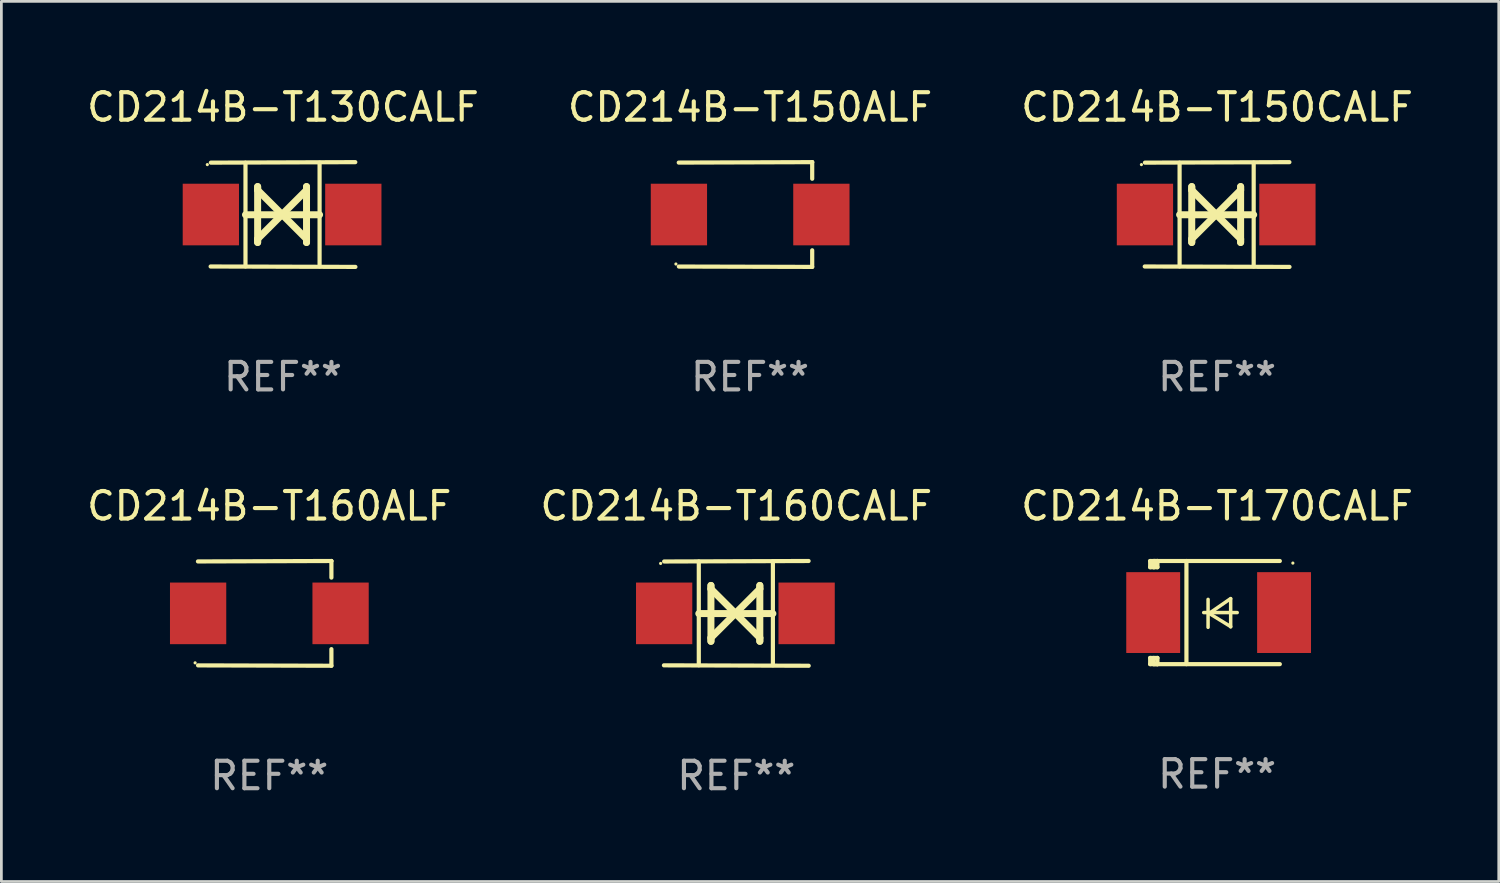
<source format=kicad_pcb>
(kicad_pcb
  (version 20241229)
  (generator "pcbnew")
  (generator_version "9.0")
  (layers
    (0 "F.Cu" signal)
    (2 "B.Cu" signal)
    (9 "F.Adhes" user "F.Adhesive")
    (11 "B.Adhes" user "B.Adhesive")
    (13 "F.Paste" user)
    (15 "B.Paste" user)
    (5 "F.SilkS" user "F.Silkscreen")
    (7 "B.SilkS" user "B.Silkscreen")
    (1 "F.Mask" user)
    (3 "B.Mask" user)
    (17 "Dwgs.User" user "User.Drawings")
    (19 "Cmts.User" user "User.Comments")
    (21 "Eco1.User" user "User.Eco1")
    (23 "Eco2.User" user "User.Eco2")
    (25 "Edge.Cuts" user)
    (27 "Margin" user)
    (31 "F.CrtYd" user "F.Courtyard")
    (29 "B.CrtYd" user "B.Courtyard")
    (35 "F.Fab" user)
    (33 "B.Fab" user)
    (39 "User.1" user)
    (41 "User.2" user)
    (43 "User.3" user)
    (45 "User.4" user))
  (footprint "CD214B-T170CALF"
    (layer "F.Cu")
    (at 41.22 19.231)
    (property "Reference" "CD214B-T170CALF" (at 0 -3.876 0) (layer "F.SilkS") (effects (font (size 1 1) (thickness 0.15))))
    (attr through_hole)
    (fp_line (start -2.435 1.65) (end -2.171 1.65) (stroke (width 0.152) (type solid)) (layer "F.SilkS"))
    (fp_line (start -2.435 1.876) (end -2.435 1.65) (stroke (width 0.152) (type solid)) (layer "F.SilkS"))
    (fp_line (start -2.435 -1.876) (end -2.171 -1.876) (stroke (width 0.152) (type solid)) (layer "F.SilkS"))
    (fp_line (start -2.435 -1.65) (end -2.435 -1.876) (stroke (width 0.152) (type solid)) (layer "F.SilkS"))
    (fp_line (start -2.305 -1.866) (end -2.295 -1.876) (stroke (width 0.152) (type solid)) (layer "F.SilkS"))
    (fp_line (start -2.305 -1.65) (end -2.305 -1.866) (stroke (width 0.152) (type solid)) (layer "F.SilkS"))
    (fp_line (start -2.305 1.876) (end -2.305 1.65) (stroke (width 0.152) (type solid)) (layer "F.SilkS"))
    (fp_line (start -2.295 -1.876) (end -2.295 -1.65) (stroke (width 0.152) (type solid)) (layer "F.SilkS"))
    (fp_line (start -2.171 1.876) (end -2.435 1.876) (stroke (width 0.152) (type solid)) (layer "F.SilkS"))
    (fp_line (start -2.171 -1.65) (end -2.435 -1.65) (stroke (width 0.152) (type solid)) (layer "F.SilkS"))
    (fp_line (start -2.171 -1.876) (end -2.295 -1.876) (stroke (width 0.152) (type solid)) (layer "F.SilkS"))
    (fp_line (start -2.171 -1.65) (end -2.171 -1.876) (stroke (width 0.152) (type solid)) (layer "F.SilkS"))
    (fp_line (start -2.171 1.876) (end -2.305 1.876) (stroke (width 0.152) (type solid)) (layer "F.SilkS"))
    (fp_line (start -2.171 1.876) (end -2.171 1.65) (stroke (width 0.152) (type solid)) (layer "F.SilkS"))
    (fp_line (start -1.116 1.876) (end -1.116 -1.876) (stroke (width 0.152) (type solid)) (layer "F.SilkS"))
    (fp_line (start -0.488 0.000102) (end 0.731 0.000102) (stroke (width 0.127) (type solid)) (layer "F.SilkS"))
    (fp_line (start -0.329 -0.48) (end -0.329 0.536) (stroke (width 0.127) (type solid)) (layer "F.SilkS"))
    (fp_line (start -0.29 0.03) (end 0.493 0.51) (stroke (width 0.127) (type solid)) (layer "F.SilkS"))
    (fp_line (start 0.493 -0.51) (end -0.29 0.03) (stroke (width 0.127) (type solid)) (layer "F.SilkS"))
    (fp_line (start 0.493 0.52) (end 0.493 -0.496) (stroke (width 0.127) (type solid)) (layer "F.SilkS"))
    (fp_line (start 2.281 -1.876) (end -2.171 -1.876) (stroke (width 0.152) (type solid)) (layer "F.SilkS"))
    (fp_line (start 2.281 1.876) (end -2.171 1.876) (stroke (width 0.152) (type solid)) (layer "F.SilkS"))
    (fp_circle (center 2.755 -1.8) (end 2.785 -1.8) (stroke (width 0.06) (type solid)) (fill no) (layer "F.SilkS"))
    (fp_text user "REF**" (at 0 5.876 0) (layer "F.Fab") (effects (font (size 1 1) (thickness 0.15))))
    (pad "1" smd rect (at 2.435 -0.000025 180) (size 1.96 2.94) (layers "F.Cu" "F.Mask" "F.Paste"))
    (pad "2" smd rect (at -2.325 -0.000025 180) (size 1.96 2.94) (layers "F.Cu" "F.Mask" "F.Paste")))
  (footprint "CD214B-T160CALF"
    (layer "F.Cu")
    (at 23.732 19.26)
    (property "Reference" "CD214B-T160CALF" (at 0 -3.905 0) (layer "F.SilkS") (effects (font (size 1 1) (thickness 0.15))))
    (attr through_hole)
    (fp_line (start -1.365 1.886) (end -1.365 -1.886) (stroke (width 0.152) (type solid)) (layer "F.SilkS"))
    (fp_line (start -1.365 0.008) (end 1.33 0.008) (stroke (width 0.254) (type solid)) (layer "F.SilkS"))
    (fp_line (start -0.923 -1.016) (end -0.923 1.016) (stroke (width 0.254) (type solid)) (layer "F.SilkS"))
    (fp_line (start -0.923 -0.889) (end -0.923 -1.016) (stroke (width 0.254) (type solid)) (layer "F.SilkS"))
    (fp_line (start -0.923 0.889) (end -0.034 0) (stroke (width 0.254) (type solid)) (layer "F.SilkS"))
    (fp_line (start -0.923 1.016) (end -0.923 0.889) (stroke (width 0.254) (type solid)) (layer "F.SilkS"))
    (fp_line (start -0.034 0) (end -0.923 -0.889) (stroke (width 0.254) (type solid)) (layer "F.SilkS"))
    (fp_line (start -0.034 0) (end 0.855 0.889) (stroke (width 0.254) (type solid)) (layer "F.SilkS"))
    (fp_line (start 0.855 -1.016) (end 0.855 -0.889) (stroke (width 0.254) (type solid)) (layer "F.SilkS"))
    (fp_line (start 0.855 -0.889) (end -0.034 0) (stroke (width 0.254) (type solid)) (layer "F.SilkS"))
    (fp_line (start 0.855 0.889) (end 0.855 1.016) (stroke (width 0.254) (type solid)) (layer "F.SilkS"))
    (fp_line (start 0.855 1.016) (end 0.855 -1.016) (stroke (width 0.254) (type solid)) (layer "F.SilkS"))
    (fp_line (start 1.33 1.886) (end 1.33 -1.886) (stroke (width 0.152) (type solid)) (layer "F.SilkS"))
    (fp_line (start 2.629 -1.905) (end -2.625 -1.887) (stroke (width 0.152) (type solid)) (layer "F.SilkS"))
    (fp_line (start 2.633 1.905) (end -2.633 1.89) (stroke (width 0.152) (type solid)) (layer "F.SilkS"))
    (fp_circle (center -2.753 -1.816) (end -2.723 -1.816) (stroke (width 0.06) (type solid)) (fill no) (layer "F.SilkS"))
    (fp_text user "REF**" (at 0 5.905 0) (layer "F.Fab") (effects (font (size 1 1) (thickness 0.15))))
    (pad "1" smd rect (at -2.625 0) (size 2.047 2.241) (layers "F.Cu" "F.Mask" "F.Paste"))
    (pad "2" smd rect (at 2.557 0) (size 2.047 2.241) (layers "F.Cu" "F.Mask" "F.Paste")))
  (footprint "CD214B-T130CALF"
    (layer "F.Cu")
    (at 7.244 4.753)
    (property "Reference" "CD214B-T130CALF" (at 0 -3.905 0) (layer "F.SilkS") (effects (font (size 1 1) (thickness 0.15))))
    (attr through_hole)
    (fp_line (start -1.365 1.886) (end -1.365 -1.886) (stroke (width 0.152) (type solid)) (layer "F.SilkS"))
    (fp_line (start -1.365 0.008) (end 1.33 0.008) (stroke (width 0.254) (type solid)) (layer "F.SilkS"))
    (fp_line (start -0.923 -1.016) (end -0.923 1.016) (stroke (width 0.254) (type solid)) (layer "F.SilkS"))
    (fp_line (start -0.923 -0.889) (end -0.923 -1.016) (stroke (width 0.254) (type solid)) (layer "F.SilkS"))
    (fp_line (start -0.923 0.889) (end -0.034 0) (stroke (width 0.254) (type solid)) (layer "F.SilkS"))
    (fp_line (start -0.923 1.016) (end -0.923 0.889) (stroke (width 0.254) (type solid)) (layer "F.SilkS"))
    (fp_line (start -0.034 0) (end -0.923 -0.889) (stroke (width 0.254) (type solid)) (layer "F.SilkS"))
    (fp_line (start -0.034 0) (end 0.855 0.889) (stroke (width 0.254) (type solid)) (layer "F.SilkS"))
    (fp_line (start 0.855 -1.016) (end 0.855 -0.889) (stroke (width 0.254) (type solid)) (layer "F.SilkS"))
    (fp_line (start 0.855 -0.889) (end -0.034 0) (stroke (width 0.254) (type solid)) (layer "F.SilkS"))
    (fp_line (start 0.855 0.889) (end 0.855 1.016) (stroke (width 0.254) (type solid)) (layer "F.SilkS"))
    (fp_line (start 0.855 1.016) (end 0.855 -1.016) (stroke (width 0.254) (type solid)) (layer "F.SilkS"))
    (fp_line (start 1.33 1.886) (end 1.33 -1.886) (stroke (width 0.152) (type solid)) (layer "F.SilkS"))
    (fp_line (start 2.629 -1.905) (end -2.625 -1.887) (stroke (width 0.152) (type solid)) (layer "F.SilkS"))
    (fp_line (start 2.633 1.905) (end -2.633 1.89) (stroke (width 0.152) (type solid)) (layer "F.SilkS"))
    (fp_circle (center -2.753 -1.816) (end -2.723 -1.816) (stroke (width 0.06) (type solid)) (fill no) (layer "F.SilkS"))
    (fp_text user "REF**" (at 0 5.905 0) (layer "F.Fab") (effects (font (size 1 1) (thickness 0.15))))
    (pad "1" smd rect (at -2.625 0) (size 2.047 2.241) (layers "F.Cu" "F.Mask" "F.Paste"))
    (pad "2" smd rect (at 2.557 0) (size 2.047 2.241) (layers "F.Cu" "F.Mask" "F.Paste")))
  (footprint "CD214B-T150CALF"
    (layer "F.Cu")
    (at 41.22 4.753)
    (property "Reference" "CD214B-T150CALF" (at 0 -3.905 0) (layer "F.SilkS") (effects (font (size 1 1) (thickness 0.15))))
    (attr through_hole)
    (fp_line (start -1.365 1.886) (end -1.365 -1.886) (stroke (width 0.152) (type solid)) (layer "F.SilkS"))
    (fp_line (start -1.365 0.008) (end 1.33 0.008) (stroke (width 0.254) (type solid)) (layer "F.SilkS"))
    (fp_line (start -0.923 -1.016) (end -0.923 1.016) (stroke (width 0.254) (type solid)) (layer "F.SilkS"))
    (fp_line (start -0.923 -0.889) (end -0.923 -1.016) (stroke (width 0.254) (type solid)) (layer "F.SilkS"))
    (fp_line (start -0.923 0.889) (end -0.034 0) (stroke (width 0.254) (type solid)) (layer "F.SilkS"))
    (fp_line (start -0.923 1.016) (end -0.923 0.889) (stroke (width 0.254) (type solid)) (layer "F.SilkS"))
    (fp_line (start -0.034 0) (end -0.923 -0.889) (stroke (width 0.254) (type solid)) (layer "F.SilkS"))
    (fp_line (start -0.034 0) (end 0.855 0.889) (stroke (width 0.254) (type solid)) (layer "F.SilkS"))
    (fp_line (start 0.855 -1.016) (end 0.855 -0.889) (stroke (width 0.254) (type solid)) (layer "F.SilkS"))
    (fp_line (start 0.855 -0.889) (end -0.034 0) (stroke (width 0.254) (type solid)) (layer "F.SilkS"))
    (fp_line (start 0.855 0.889) (end 0.855 1.016) (stroke (width 0.254) (type solid)) (layer "F.SilkS"))
    (fp_line (start 0.855 1.016) (end 0.855 -1.016) (stroke (width 0.254) (type solid)) (layer "F.SilkS"))
    (fp_line (start 1.33 1.886) (end 1.33 -1.886) (stroke (width 0.152) (type solid)) (layer "F.SilkS"))
    (fp_line (start 2.629 -1.905) (end -2.625 -1.887) (stroke (width 0.152) (type solid)) (layer "F.SilkS"))
    (fp_line (start 2.633 1.905) (end -2.633 1.89) (stroke (width 0.152) (type solid)) (layer "F.SilkS"))
    (fp_circle (center -2.753 -1.816) (end -2.723 -1.816) (stroke (width 0.06) (type solid)) (fill no) (layer "F.SilkS"))
    (fp_text user "REF**" (at 0 5.905 0) (layer "F.Fab") (effects (font (size 1 1) (thickness 0.15))))
    (pad "1" smd rect (at -2.625 0) (size 2.047 2.241) (layers "F.Cu" "F.Mask" "F.Paste"))
    (pad "2" smd rect (at 2.557 0) (size 2.047 2.241) (layers "F.Cu" "F.Mask" "F.Paste")))
  (footprint "CD214B-T150ALF"
    (layer "F.Cu")
    (at 24.232 4.753)
    (property "Reference" "CD214B-T150ALF" (at 0 -3.905 0) (layer "F.SilkS") (effects (font (size 1 1) (thickness 0.15))))
    (attr through_hole)
    (fp_line (start 2.256 -1.905) (end -2.594 -1.889) (stroke (width 0.152) (type solid)) (layer "F.SilkS"))
    (fp_line (start 2.256 -1.905) (end 2.26 -1.905) (stroke (width 0.152) (type solid)) (layer "F.SilkS"))
    (fp_line (start 2.26 -1.905) (end 2.26 -1.301) (stroke (width 0.152) (type solid)) (layer "F.SilkS"))
    (fp_line (start 2.26 1.301) (end 2.26 1.905) (stroke (width 0.152) (type solid)) (layer "F.SilkS"))
    (fp_line (start 2.26 1.905) (end -2.59 1.892) (stroke (width 0.152) (type solid)) (layer "F.SilkS"))
    (fp_circle (center -2.697 1.8) (end -2.667 1.8) (stroke (width 0.06) (type solid)) (fill no) (layer "F.SilkS"))
    (fp_text user "REF**" (at 0 5.905 0) (layer "F.Fab") (effects (font (size 1 1) (thickness 0.15))))
    (pad "1" smd rect (at -2.588 0) (size 2.047 2.241) (layers "F.Cu" "F.Mask" "F.Paste"))
    (pad "2" smd rect (at 2.594 0) (size 2.047 2.241) (layers "F.Cu" "F.Mask" "F.Paste")))
  (footprint "CD214B-T160ALF"
    (layer "F.Cu")
    (at 6.744 19.26)
    (property "Reference" "CD214B-T160ALF" (at 0 -3.905 0) (layer "F.SilkS") (effects (font (size 1 1) (thickness 0.15))))
    (attr through_hole)
    (fp_line (start 2.256 -1.905) (end -2.594 -1.889) (stroke (width 0.152) (type solid)) (layer "F.SilkS"))
    (fp_line (start 2.256 -1.905) (end 2.26 -1.905) (stroke (width 0.152) (type solid)) (layer "F.SilkS"))
    (fp_line (start 2.26 -1.905) (end 2.26 -1.301) (stroke (width 0.152) (type solid)) (layer "F.SilkS"))
    (fp_line (start 2.26 1.301) (end 2.26 1.905) (stroke (width 0.152) (type solid)) (layer "F.SilkS"))
    (fp_line (start 2.26 1.905) (end -2.59 1.892) (stroke (width 0.152) (type solid)) (layer "F.SilkS"))
    (fp_circle (center -2.697 1.8) (end -2.667 1.8) (stroke (width 0.06) (type solid)) (fill no) (layer "F.SilkS"))
    (fp_text user "REF**" (at 0 5.905 0) (layer "F.Fab") (effects (font (size 1 1) (thickness 0.15))))
    (pad "1" smd rect (at -2.588 0) (size 2.047 2.241) (layers "F.Cu" "F.Mask" "F.Paste"))
    (pad "2" smd rect (at 2.594 0) (size 2.047 2.241) (layers "F.Cu" "F.Mask" "F.Paste")))
  (gr_rect
    (start -3 -3)
    (end 51.464 29.013)
    (stroke (width 0.1) (type default))
    (fill no)
    (layer "Edge.Cuts")))
</source>
